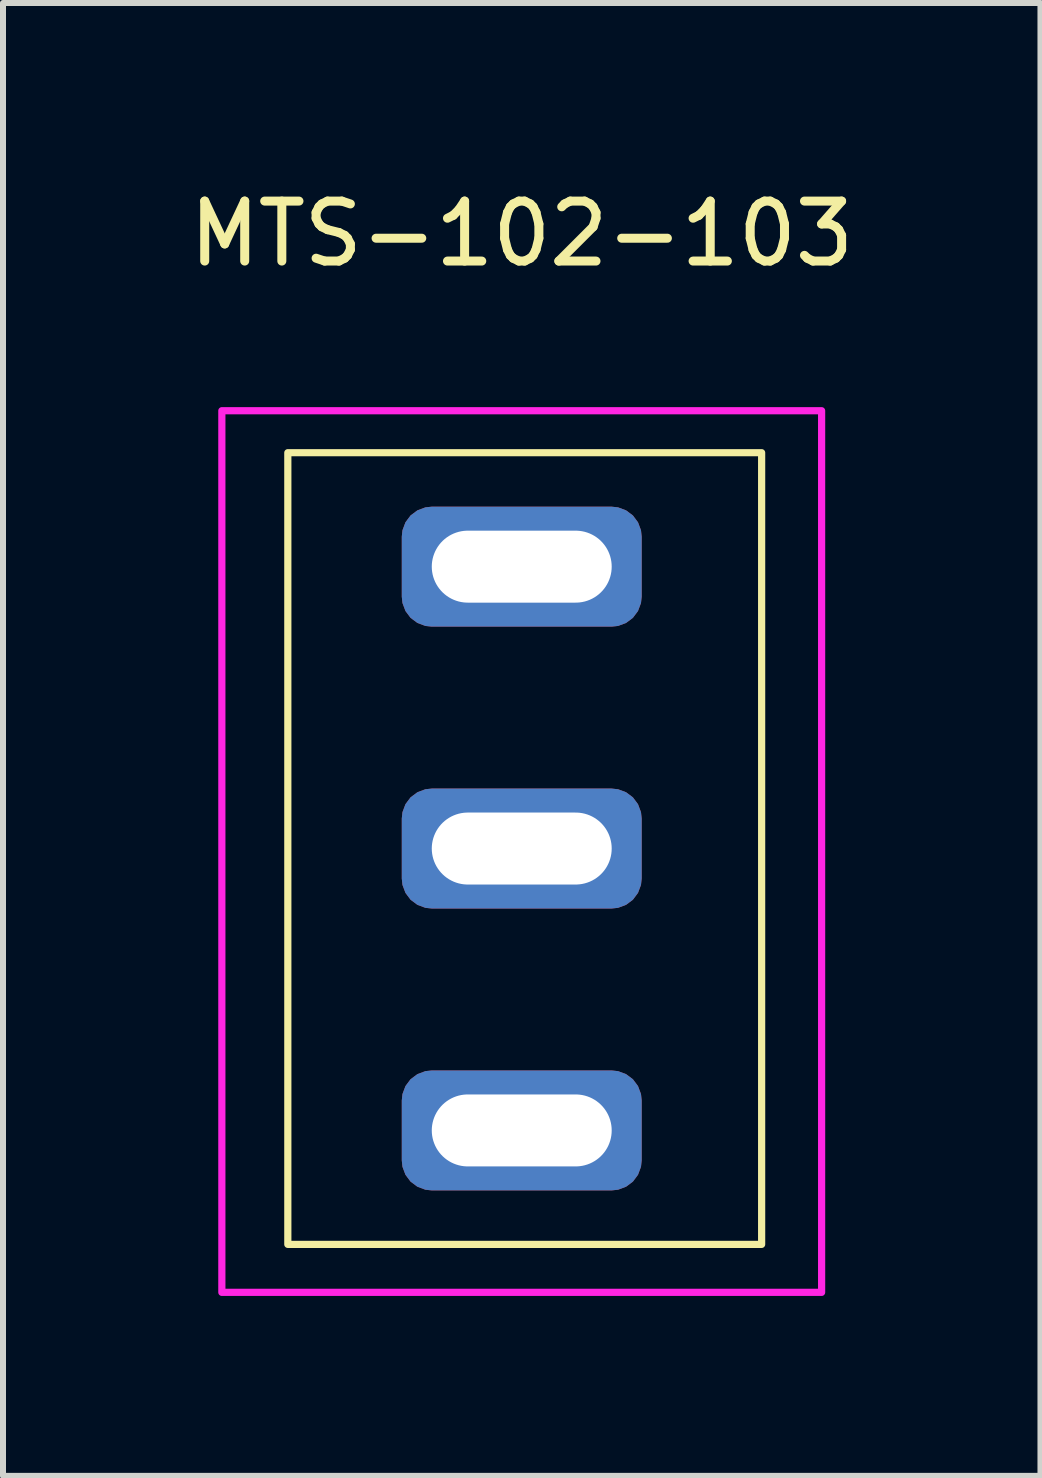
<source format=kicad_pcb>
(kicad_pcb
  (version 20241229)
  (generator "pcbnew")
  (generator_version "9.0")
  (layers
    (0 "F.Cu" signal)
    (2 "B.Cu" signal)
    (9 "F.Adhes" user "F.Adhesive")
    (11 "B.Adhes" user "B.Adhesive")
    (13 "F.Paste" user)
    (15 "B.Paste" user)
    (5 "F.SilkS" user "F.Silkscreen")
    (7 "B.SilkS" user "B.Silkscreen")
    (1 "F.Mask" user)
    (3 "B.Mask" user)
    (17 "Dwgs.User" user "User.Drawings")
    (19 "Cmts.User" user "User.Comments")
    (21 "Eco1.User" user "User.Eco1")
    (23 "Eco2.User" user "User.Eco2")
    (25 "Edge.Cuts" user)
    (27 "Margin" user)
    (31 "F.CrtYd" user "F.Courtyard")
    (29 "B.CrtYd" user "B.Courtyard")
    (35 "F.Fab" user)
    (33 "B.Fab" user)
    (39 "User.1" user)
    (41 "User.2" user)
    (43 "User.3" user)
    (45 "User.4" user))
  (footprint "MTS-102-103"
    (layer "F.Cu")
    (at 5.649 11.098)
    (property "Reference" "MTS-102-103" (at 0 -10.25 0) (unlocked yes) (layer "F.SilkS") (effects (font (size 1 1) (thickness 0.15))))
    (attr smd)
    (fp_rect (start -3.9 -6.6) (end 4 6.6) (stroke (width 0.12) (type solid)) (fill no) (layer "F.SilkS"))
    (fp_rect (start -5 -7.3) (end 5 7.4) (stroke (width 0.12) (type solid)) (fill no) (layer "F.CrtYd"))
    (pad "1" thru_hole roundrect (at 0 -4.7) (size 4 2) (drill oval 3 1.2) (layers "*.Cu" "*.Mask") (roundrect_rratio 0.25))
    (pad "2" thru_hole roundrect (at 0 0) (size 4 2) (drill oval 3 1.2) (layers "*.Cu" "*.Mask") (roundrect_rratio 0.25))
    (pad "3" thru_hole roundrect (at 0 4.7) (size 4 2) (drill oval 3 1.2) (layers "*.Cu" "*.Mask") (roundrect_rratio 0.25)))
  (gr_rect
    (start -3 -3)
    (end 14.298 21.558)
    (stroke (width 0.1) (type default))
    (fill no)
    (layer "Edge.Cuts")))
</source>
